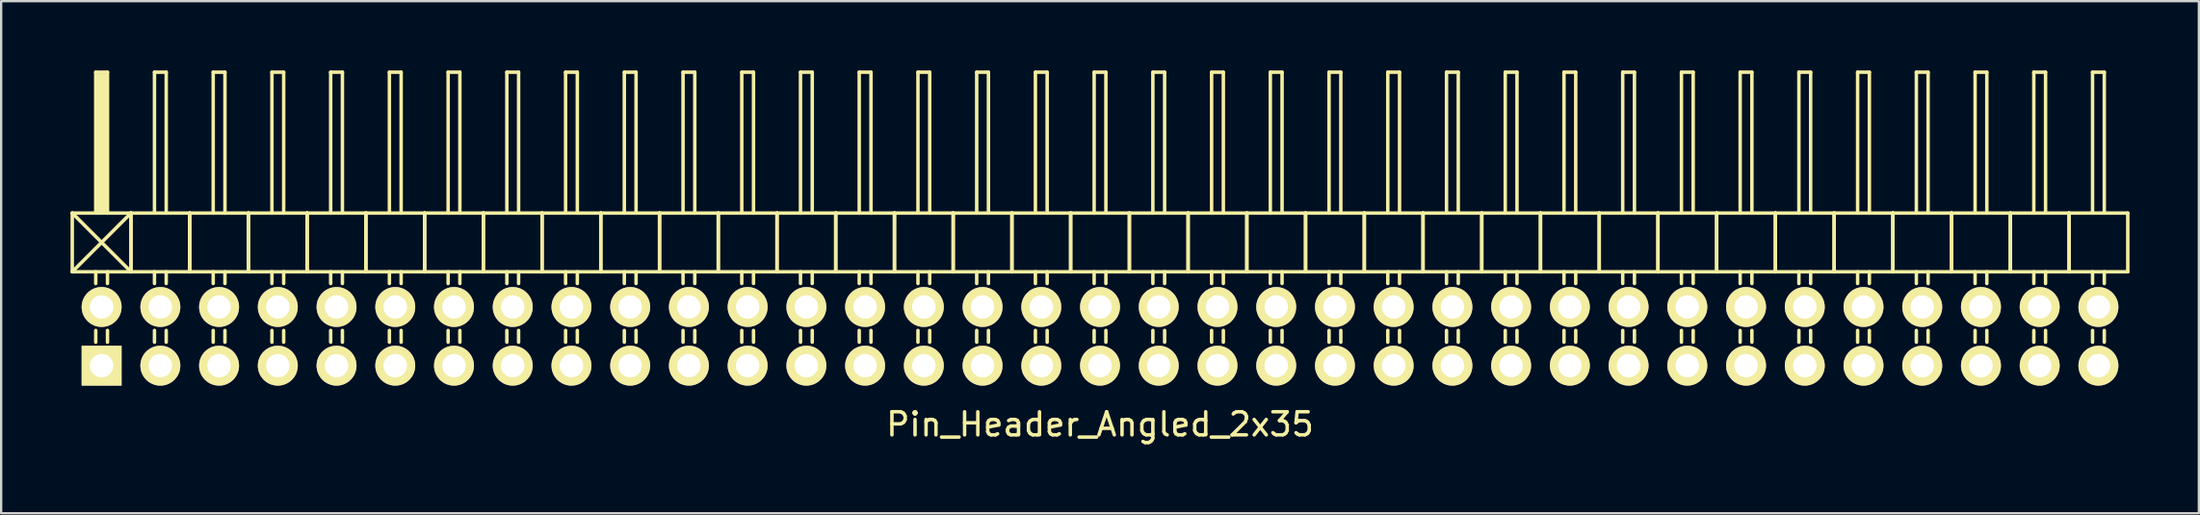
<source format=kicad_pcb>
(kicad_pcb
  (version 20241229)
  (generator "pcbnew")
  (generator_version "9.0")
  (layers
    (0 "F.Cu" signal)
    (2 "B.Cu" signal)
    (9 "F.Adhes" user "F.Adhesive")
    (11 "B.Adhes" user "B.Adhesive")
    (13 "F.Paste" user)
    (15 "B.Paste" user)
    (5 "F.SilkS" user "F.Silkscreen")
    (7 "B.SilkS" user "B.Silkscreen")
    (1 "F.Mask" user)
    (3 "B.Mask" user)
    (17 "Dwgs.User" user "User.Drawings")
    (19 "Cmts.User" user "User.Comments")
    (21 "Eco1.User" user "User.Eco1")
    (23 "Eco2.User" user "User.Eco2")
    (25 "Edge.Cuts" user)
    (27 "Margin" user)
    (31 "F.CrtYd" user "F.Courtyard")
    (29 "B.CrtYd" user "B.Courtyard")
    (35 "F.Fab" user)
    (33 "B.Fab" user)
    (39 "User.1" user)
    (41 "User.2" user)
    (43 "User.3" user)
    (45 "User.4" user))
  (footprint "Pin_Header_Angled_2x35"
    (layer "F.Cu")
    (at 44.525 11.505)
    (property "Reference" "Pin_Header_Angled_2x35" (at 0 3.81 0) (layer "F.SilkS") (effects (font (size 1 1) (thickness 0.15))))
    (attr through_hole)
    (fp_line (start -44.45 -5.334) (end -41.91 -2.794) (stroke (width 0.15) (type solid)) (layer "F.SilkS"))
    (fp_line (start -44.45 -2.794) (end -44.45 -5.334) (stroke (width 0.15) (type solid)) (layer "F.SilkS"))
    (fp_line (start -44.45 -2.794) (end -41.91 -5.334) (stroke (width 0.15) (type solid)) (layer "F.SilkS"))
    (fp_line (start -44.45 -2.794) (end -41.91 -2.794) (stroke (width 0.15) (type solid)) (layer "F.SilkS"))
    (fp_line (start -43.434 -11.43) (end -42.926 -11.43) (stroke (width 0.15) (type solid)) (layer "F.SilkS"))
    (fp_line (start -43.434 -5.334) (end -43.434 -11.43) (stroke (width 0.15) (type solid)) (layer "F.SilkS"))
    (fp_line (start -43.434 -2.794) (end -43.434 -2.286) (stroke (width 0.15) (type solid)) (layer "F.SilkS"))
    (fp_line (start -43.434 -0.254) (end -43.434 0.254) (stroke (width 0.15) (type solid)) (layer "F.SilkS"))
    (fp_line (start -43.307 -11.303) (end -43.053 -11.303) (stroke (width 0.15) (type solid)) (layer "F.SilkS"))
    (fp_line (start -43.307 -5.334) (end -43.307 -11.303) (stroke (width 0.15) (type solid)) (layer "F.SilkS"))
    (fp_line (start -43.18 -5.461) (end -43.18 -11.303) (stroke (width 0.15) (type solid)) (layer "F.SilkS"))
    (fp_line (start -43.053 -11.303) (end -43.053 -5.461) (stroke (width 0.15) (type solid)) (layer "F.SilkS"))
    (fp_line (start -43.053 -5.461) (end -43.18 -5.461) (stroke (width 0.15) (type solid)) (layer "F.SilkS"))
    (fp_line (start -42.926 -11.43) (end -42.926 -5.334) (stroke (width 0.15) (type solid)) (layer "F.SilkS"))
    (fp_line (start -42.926 -2.794) (end -42.926 -2.286) (stroke (width 0.15) (type solid)) (layer "F.SilkS"))
    (fp_line (start -42.926 -0.254) (end -42.926 0.254) (stroke (width 0.15) (type solid)) (layer "F.SilkS"))
    (fp_line (start -41.91 -5.334) (end -44.45 -5.334) (stroke (width 0.15) (type solid)) (layer "F.SilkS"))
    (fp_line (start -41.91 -2.794) (end -41.91 -5.334) (stroke (width 0.15) (type solid)) (layer "F.SilkS"))
    (fp_line (start -41.91 -2.794) (end -41.91 -5.334) (stroke (width 0.15) (type solid)) (layer "F.SilkS"))
    (fp_line (start -41.91 -2.794) (end -39.37 -2.794) (stroke (width 0.15) (type solid)) (layer "F.SilkS"))
    (fp_line (start -40.894 -11.43) (end -40.386 -11.43) (stroke (width 0.15) (type solid)) (layer "F.SilkS"))
    (fp_line (start -40.894 -5.334) (end -40.894 -11.43) (stroke (width 0.15) (type solid)) (layer "F.SilkS"))
    (fp_line (start -40.894 -2.794) (end -40.894 -2.286) (stroke (width 0.15) (type solid)) (layer "F.SilkS"))
    (fp_line (start -40.894 -0.254) (end -40.894 0.254) (stroke (width 0.15) (type solid)) (layer "F.SilkS"))
    (fp_line (start -40.386 -11.43) (end -40.386 -5.334) (stroke (width 0.15) (type solid)) (layer "F.SilkS"))
    (fp_line (start -40.386 -2.794) (end -40.386 -2.286) (stroke (width 0.15) (type solid)) (layer "F.SilkS"))
    (fp_line (start -40.386 -0.254) (end -40.386 0.254) (stroke (width 0.15) (type solid)) (layer "F.SilkS"))
    (fp_line (start -39.37 -5.334) (end -41.91 -5.334) (stroke (width 0.15) (type solid)) (layer "F.SilkS"))
    (fp_line (start -39.37 -2.794) (end -39.37 -5.334) (stroke (width 0.15) (type solid)) (layer "F.SilkS"))
    (fp_line (start -39.37 -2.794) (end -39.37 -5.334) (stroke (width 0.15) (type solid)) (layer "F.SilkS"))
    (fp_line (start -39.37 -2.794) (end -36.83 -2.794) (stroke (width 0.15) (type solid)) (layer "F.SilkS"))
    (fp_line (start -38.354 -11.43) (end -37.846 -11.43) (stroke (width 0.15) (type solid)) (layer "F.SilkS"))
    (fp_line (start -38.354 -5.334) (end -38.354 -11.43) (stroke (width 0.15) (type solid)) (layer "F.SilkS"))
    (fp_line (start -38.354 -2.794) (end -38.354 -2.286) (stroke (width 0.15) (type solid)) (layer "F.SilkS"))
    (fp_line (start -38.354 -0.254) (end -38.354 0.254) (stroke (width 0.15) (type solid)) (layer "F.SilkS"))
    (fp_line (start -37.846 -11.43) (end -37.846 -5.334) (stroke (width 0.15) (type solid)) (layer "F.SilkS"))
    (fp_line (start -37.846 -2.794) (end -37.846 -2.286) (stroke (width 0.15) (type solid)) (layer "F.SilkS"))
    (fp_line (start -37.846 -0.254) (end -37.846 0.254) (stroke (width 0.15) (type solid)) (layer "F.SilkS"))
    (fp_line (start -36.83 -5.334) (end -39.37 -5.334) (stroke (width 0.15) (type solid)) (layer "F.SilkS"))
    (fp_line (start -36.83 -2.794) (end -36.83 -5.334) (stroke (width 0.15) (type solid)) (layer "F.SilkS"))
    (fp_line (start -36.83 -2.794) (end -36.83 -5.334) (stroke (width 0.15) (type solid)) (layer "F.SilkS"))
    (fp_line (start -36.83 -2.794) (end -34.29 -2.794) (stroke (width 0.15) (type solid)) (layer "F.SilkS"))
    (fp_line (start -35.814 -11.43) (end -35.306 -11.43) (stroke (width 0.15) (type solid)) (layer "F.SilkS"))
    (fp_line (start -35.814 -5.334) (end -35.814 -11.43) (stroke (width 0.15) (type solid)) (layer "F.SilkS"))
    (fp_line (start -35.814 -2.794) (end -35.814 -2.286) (stroke (width 0.15) (type solid)) (layer "F.SilkS"))
    (fp_line (start -35.814 -0.254) (end -35.814 0.254) (stroke (width 0.15) (type solid)) (layer "F.SilkS"))
    (fp_line (start -35.306 -11.43) (end -35.306 -5.334) (stroke (width 0.15) (type solid)) (layer "F.SilkS"))
    (fp_line (start -35.306 -2.794) (end -35.306 -2.286) (stroke (width 0.15) (type solid)) (layer "F.SilkS"))
    (fp_line (start -35.306 -0.254) (end -35.306 0.254) (stroke (width 0.15) (type solid)) (layer "F.SilkS"))
    (fp_line (start -34.29 -5.334) (end -36.83 -5.334) (stroke (width 0.15) (type solid)) (layer "F.SilkS"))
    (fp_line (start -34.29 -2.794) (end -34.29 -5.334) (stroke (width 0.15) (type solid)) (layer "F.SilkS"))
    (fp_line (start -34.29 -2.794) (end -34.29 -5.334) (stroke (width 0.15) (type solid)) (layer "F.SilkS"))
    (fp_line (start -34.29 -2.794) (end -31.75 -2.794) (stroke (width 0.15) (type solid)) (layer "F.SilkS"))
    (fp_line (start -33.274 -11.43) (end -32.766 -11.43) (stroke (width 0.15) (type solid)) (layer "F.SilkS"))
    (fp_line (start -33.274 -5.334) (end -33.274 -11.43) (stroke (width 0.15) (type solid)) (layer "F.SilkS"))
    (fp_line (start -33.274 -2.794) (end -33.274 -2.286) (stroke (width 0.15) (type solid)) (layer "F.SilkS"))
    (fp_line (start -33.274 -0.254) (end -33.274 0.254) (stroke (width 0.15) (type solid)) (layer "F.SilkS"))
    (fp_line (start -32.766 -11.43) (end -32.766 -5.334) (stroke (width 0.15) (type solid)) (layer "F.SilkS"))
    (fp_line (start -32.766 -2.794) (end -32.766 -2.286) (stroke (width 0.15) (type solid)) (layer "F.SilkS"))
    (fp_line (start -32.766 -0.254) (end -32.766 0.254) (stroke (width 0.15) (type solid)) (layer "F.SilkS"))
    (fp_line (start -31.75 -5.334) (end -34.29 -5.334) (stroke (width 0.15) (type solid)) (layer "F.SilkS"))
    (fp_line (start -31.75 -2.794) (end -31.75 -5.334) (stroke (width 0.15) (type solid)) (layer "F.SilkS"))
    (fp_line (start -31.75 -2.794) (end -31.75 -5.334) (stroke (width 0.15) (type solid)) (layer "F.SilkS"))
    (fp_line (start -31.75 -2.794) (end -29.21 -2.794) (stroke (width 0.15) (type solid)) (layer "F.SilkS"))
    (fp_line (start -30.734 -11.43) (end -30.226 -11.43) (stroke (width 0.15) (type solid)) (layer "F.SilkS"))
    (fp_line (start -30.734 -5.334) (end -30.734 -11.43) (stroke (width 0.15) (type solid)) (layer "F.SilkS"))
    (fp_line (start -30.734 -2.794) (end -30.734 -2.286) (stroke (width 0.15) (type solid)) (layer "F.SilkS"))
    (fp_line (start -30.734 -0.254) (end -30.734 0.254) (stroke (width 0.15) (type solid)) (layer "F.SilkS"))
    (fp_line (start -30.226 -11.43) (end -30.226 -5.334) (stroke (width 0.15) (type solid)) (layer "F.SilkS"))
    (fp_line (start -30.226 -2.794) (end -30.226 -2.286) (stroke (width 0.15) (type solid)) (layer "F.SilkS"))
    (fp_line (start -30.226 -0.254) (end -30.226 0.254) (stroke (width 0.15) (type solid)) (layer "F.SilkS"))
    (fp_line (start -29.21 -5.334) (end -31.75 -5.334) (stroke (width 0.15) (type solid)) (layer "F.SilkS"))
    (fp_line (start -29.21 -2.794) (end -29.21 -5.334) (stroke (width 0.15) (type solid)) (layer "F.SilkS"))
    (fp_line (start -29.21 -2.794) (end -29.21 -5.334) (stroke (width 0.15) (type solid)) (layer "F.SilkS"))
    (fp_line (start -29.21 -2.794) (end -26.67 -2.794) (stroke (width 0.15) (type solid)) (layer "F.SilkS"))
    (fp_line (start -28.194 -11.43) (end -27.686 -11.43) (stroke (width 0.15) (type solid)) (layer "F.SilkS"))
    (fp_line (start -28.194 -5.334) (end -28.194 -11.43) (stroke (width 0.15) (type solid)) (layer "F.SilkS"))
    (fp_line (start -28.194 -2.794) (end -28.194 -2.286) (stroke (width 0.15) (type solid)) (layer "F.SilkS"))
    (fp_line (start -28.194 -0.254) (end -28.194 0.254) (stroke (width 0.15) (type solid)) (layer "F.SilkS"))
    (fp_line (start -27.686 -11.43) (end -27.686 -5.334) (stroke (width 0.15) (type solid)) (layer "F.SilkS"))
    (fp_line (start -27.686 -2.794) (end -27.686 -2.286) (stroke (width 0.15) (type solid)) (layer "F.SilkS"))
    (fp_line (start -27.686 -0.254) (end -27.686 0.254) (stroke (width 0.15) (type solid)) (layer "F.SilkS"))
    (fp_line (start -26.67 -5.334) (end -29.21 -5.334) (stroke (width 0.15) (type solid)) (layer "F.SilkS"))
    (fp_line (start -26.67 -2.794) (end -26.67 -5.334) (stroke (width 0.15) (type solid)) (layer "F.SilkS"))
    (fp_line (start -26.67 -2.794) (end -26.67 -5.334) (stroke (width 0.15) (type solid)) (layer "F.SilkS"))
    (fp_line (start -26.67 -2.794) (end -24.13 -2.794) (stroke (width 0.15) (type solid)) (layer "F.SilkS"))
    (fp_line (start -25.654 -11.43) (end -25.146 -11.43) (stroke (width 0.15) (type solid)) (layer "F.SilkS"))
    (fp_line (start -25.654 -5.334) (end -25.654 -11.43) (stroke (width 0.15) (type solid)) (layer "F.SilkS"))
    (fp_line (start -25.654 -2.794) (end -25.654 -2.286) (stroke (width 0.15) (type solid)) (layer "F.SilkS"))
    (fp_line (start -25.654 -0.254) (end -25.654 0.254) (stroke (width 0.15) (type solid)) (layer "F.SilkS"))
    (fp_line (start -25.146 -11.43) (end -25.146 -5.334) (stroke (width 0.15) (type solid)) (layer "F.SilkS"))
    (fp_line (start -25.146 -2.794) (end -25.146 -2.286) (stroke (width 0.15) (type solid)) (layer "F.SilkS"))
    (fp_line (start -25.146 -0.254) (end -25.146 0.254) (stroke (width 0.15) (type solid)) (layer "F.SilkS"))
    (fp_line (start -24.13 -5.334) (end -26.67 -5.334) (stroke (width 0.15) (type solid)) (layer "F.SilkS"))
    (fp_line (start -24.13 -2.794) (end -24.13 -5.334) (stroke (width 0.15) (type solid)) (layer "F.SilkS"))
    (fp_line (start -24.13 -2.794) (end -24.13 -5.334) (stroke (width 0.15) (type solid)) (layer "F.SilkS"))
    (fp_line (start -24.13 -2.794) (end -21.59 -2.794) (stroke (width 0.15) (type solid)) (layer "F.SilkS"))
    (fp_line (start -23.114 -11.43) (end -22.606 -11.43) (stroke (width 0.15) (type solid)) (layer "F.SilkS"))
    (fp_line (start -23.114 -5.334) (end -23.114 -11.43) (stroke (width 0.15) (type solid)) (layer "F.SilkS"))
    (fp_line (start -23.114 -2.794) (end -23.114 -2.286) (stroke (width 0.15) (type solid)) (layer "F.SilkS"))
    (fp_line (start -23.114 -0.254) (end -23.114 0.254) (stroke (width 0.15) (type solid)) (layer "F.SilkS"))
    (fp_line (start -22.606 -11.43) (end -22.606 -5.334) (stroke (width 0.15) (type solid)) (layer "F.SilkS"))
    (fp_line (start -22.606 -2.794) (end -22.606 -2.286) (stroke (width 0.15) (type solid)) (layer "F.SilkS"))
    (fp_line (start -22.606 -0.254) (end -22.606 0.254) (stroke (width 0.15) (type solid)) (layer "F.SilkS"))
    (fp_line (start -21.59 -5.334) (end -24.13 -5.334) (stroke (width 0.15) (type solid)) (layer "F.SilkS"))
    (fp_line (start -21.59 -2.794) (end -21.59 -5.334) (stroke (width 0.15) (type solid)) (layer "F.SilkS"))
    (fp_line (start -21.59 -2.794) (end -21.59 -5.334) (stroke (width 0.15) (type solid)) (layer "F.SilkS"))
    (fp_line (start -21.59 -2.794) (end -19.05 -2.794) (stroke (width 0.15) (type solid)) (layer "F.SilkS"))
    (fp_line (start -20.574 -11.43) (end -20.066 -11.43) (stroke (width 0.15) (type solid)) (layer "F.SilkS"))
    (fp_line (start -20.574 -5.334) (end -20.574 -11.43) (stroke (width 0.15) (type solid)) (layer "F.SilkS"))
    (fp_line (start -20.574 -2.794) (end -20.574 -2.286) (stroke (width 0.15) (type solid)) (layer "F.SilkS"))
    (fp_line (start -20.574 -0.254) (end -20.574 0.254) (stroke (width 0.15) (type solid)) (layer "F.SilkS"))
    (fp_line (start -20.066 -11.43) (end -20.066 -5.334) (stroke (width 0.15) (type solid)) (layer "F.SilkS"))
    (fp_line (start -20.066 -2.794) (end -20.066 -2.286) (stroke (width 0.15) (type solid)) (layer "F.SilkS"))
    (fp_line (start -20.066 -0.254) (end -20.066 0.254) (stroke (width 0.15) (type solid)) (layer "F.SilkS"))
    (fp_line (start -19.05 -5.334) (end -21.59 -5.334) (stroke (width 0.15) (type solid)) (layer "F.SilkS"))
    (fp_line (start -19.05 -2.794) (end -19.05 -5.334) (stroke (width 0.15) (type solid)) (layer "F.SilkS"))
    (fp_line (start -19.05 -2.794) (end -19.05 -5.334) (stroke (width 0.15) (type solid)) (layer "F.SilkS"))
    (fp_line (start -19.05 -2.794) (end -16.51 -2.794) (stroke (width 0.15) (type solid)) (layer "F.SilkS"))
    (fp_line (start -18.034 -11.43) (end -17.526 -11.43) (stroke (width 0.15) (type solid)) (layer "F.SilkS"))
    (fp_line (start -18.034 -5.334) (end -18.034 -11.43) (stroke (width 0.15) (type solid)) (layer "F.SilkS"))
    (fp_line (start -18.034 -2.794) (end -18.034 -2.286) (stroke (width 0.15) (type solid)) (layer "F.SilkS"))
    (fp_line (start -18.034 -0.254) (end -18.034 0.254) (stroke (width 0.15) (type solid)) (layer "F.SilkS"))
    (fp_line (start -17.526 -11.43) (end -17.526 -5.334) (stroke (width 0.15) (type solid)) (layer "F.SilkS"))
    (fp_line (start -17.526 -2.794) (end -17.526 -2.286) (stroke (width 0.15) (type solid)) (layer "F.SilkS"))
    (fp_line (start -17.526 -0.254) (end -17.526 0.254) (stroke (width 0.15) (type solid)) (layer "F.SilkS"))
    (fp_line (start -16.51 -5.334) (end -19.05 -5.334) (stroke (width 0.15) (type solid)) (layer "F.SilkS"))
    (fp_line (start -16.51 -2.794) (end -16.51 -5.334) (stroke (width 0.15) (type solid)) (layer "F.SilkS"))
    (fp_line (start -16.51 -2.794) (end -16.51 -5.334) (stroke (width 0.15) (type solid)) (layer "F.SilkS"))
    (fp_line (start -16.51 -2.794) (end -13.97 -2.794) (stroke (width 0.15) (type solid)) (layer "F.SilkS"))
    (fp_line (start -15.494 -11.43) (end -14.986 -11.43) (stroke (width 0.15) (type solid)) (layer "F.SilkS"))
    (fp_line (start -15.494 -5.334) (end -15.494 -11.43) (stroke (width 0.15) (type solid)) (layer "F.SilkS"))
    (fp_line (start -15.494 -2.794) (end -15.494 -2.286) (stroke (width 0.15) (type solid)) (layer "F.SilkS"))
    (fp_line (start -15.494 -0.254) (end -15.494 0.254) (stroke (width 0.15) (type solid)) (layer "F.SilkS"))
    (fp_line (start -14.986 -11.43) (end -14.986 -5.334) (stroke (width 0.15) (type solid)) (layer "F.SilkS"))
    (fp_line (start -14.986 -2.794) (end -14.986 -2.286) (stroke (width 0.15) (type solid)) (layer "F.SilkS"))
    (fp_line (start -14.986 -0.254) (end -14.986 0.254) (stroke (width 0.15) (type solid)) (layer "F.SilkS"))
    (fp_line (start -13.97 -5.334) (end -16.51 -5.334) (stroke (width 0.15) (type solid)) (layer "F.SilkS"))
    (fp_line (start -13.97 -2.794) (end -13.97 -5.334) (stroke (width 0.15) (type solid)) (layer "F.SilkS"))
    (fp_line (start -13.97 -2.794) (end -13.97 -5.334) (stroke (width 0.15) (type solid)) (layer "F.SilkS"))
    (fp_line (start -13.97 -2.794) (end -11.43 -2.794) (stroke (width 0.15) (type solid)) (layer "F.SilkS"))
    (fp_line (start -12.954 -11.43) (end -12.446 -11.43) (stroke (width 0.15) (type solid)) (layer "F.SilkS"))
    (fp_line (start -12.954 -5.334) (end -12.954 -11.43) (stroke (width 0.15) (type solid)) (layer "F.SilkS"))
    (fp_line (start -12.954 -2.794) (end -12.954 -2.286) (stroke (width 0.15) (type solid)) (layer "F.SilkS"))
    (fp_line (start -12.954 -0.254) (end -12.954 0.254) (stroke (width 0.15) (type solid)) (layer "F.SilkS"))
    (fp_line (start -12.446 -11.43) (end -12.446 -5.334) (stroke (width 0.15) (type solid)) (layer "F.SilkS"))
    (fp_line (start -12.446 -2.794) (end -12.446 -2.286) (stroke (width 0.15) (type solid)) (layer "F.SilkS"))
    (fp_line (start -12.446 -0.254) (end -12.446 0.254) (stroke (width 0.15) (type solid)) (layer "F.SilkS"))
    (fp_line (start -11.43 -5.334) (end -13.97 -5.334) (stroke (width 0.15) (type solid)) (layer "F.SilkS"))
    (fp_line (start -11.43 -2.794) (end -11.43 -5.334) (stroke (width 0.15) (type solid)) (layer "F.SilkS"))
    (fp_line (start -11.43 -2.794) (end -11.43 -5.334) (stroke (width 0.15) (type solid)) (layer "F.SilkS"))
    (fp_line (start -11.43 -2.794) (end -8.89 -2.794) (stroke (width 0.15) (type solid)) (layer "F.SilkS"))
    (fp_line (start -10.414 -11.43) (end -9.906 -11.43) (stroke (width 0.15) (type solid)) (layer "F.SilkS"))
    (fp_line (start -10.414 -5.334) (end -10.414 -11.43) (stroke (width 0.15) (type solid)) (layer "F.SilkS"))
    (fp_line (start -10.414 -2.794) (end -10.414 -2.286) (stroke (width 0.15) (type solid)) (layer "F.SilkS"))
    (fp_line (start -10.414 -0.254) (end -10.414 0.254) (stroke (width 0.15) (type solid)) (layer "F.SilkS"))
    (fp_line (start -9.906 -11.43) (end -9.906 -5.334) (stroke (width 0.15) (type solid)) (layer "F.SilkS"))
    (fp_line (start -9.906 -2.794) (end -9.906 -2.286) (stroke (width 0.15) (type solid)) (layer "F.SilkS"))
    (fp_line (start -9.906 -0.254) (end -9.906 0.254) (stroke (width 0.15) (type solid)) (layer "F.SilkS"))
    (fp_line (start -8.89 -5.334) (end -11.43 -5.334) (stroke (width 0.15) (type solid)) (layer "F.SilkS"))
    (fp_line (start -8.89 -2.794) (end -8.89 -5.334) (stroke (width 0.15) (type solid)) (layer "F.SilkS"))
    (fp_line (start -8.89 -2.794) (end -8.89 -5.334) (stroke (width 0.15) (type solid)) (layer "F.SilkS"))
    (fp_line (start -8.89 -2.794) (end -6.35 -2.794) (stroke (width 0.15) (type solid)) (layer "F.SilkS"))
    (fp_line (start -7.874 -11.43) (end -7.366 -11.43) (stroke (width 0.15) (type solid)) (layer "F.SilkS"))
    (fp_line (start -7.874 -5.334) (end -7.874 -11.43) (stroke (width 0.15) (type solid)) (layer "F.SilkS"))
    (fp_line (start -7.874 -2.794) (end -7.874 -2.286) (stroke (width 0.15) (type solid)) (layer "F.SilkS"))
    (fp_line (start -7.874 -0.254) (end -7.874 0.254) (stroke (width 0.15) (type solid)) (layer "F.SilkS"))
    (fp_line (start -7.366 -11.43) (end -7.366 -5.334) (stroke (width 0.15) (type solid)) (layer "F.SilkS"))
    (fp_line (start -7.366 -2.794) (end -7.366 -2.286) (stroke (width 0.15) (type solid)) (layer "F.SilkS"))
    (fp_line (start -7.366 -0.254) (end -7.366 0.254) (stroke (width 0.15) (type solid)) (layer "F.SilkS"))
    (fp_line (start -6.35 -5.334) (end -8.89 -5.334) (stroke (width 0.15) (type solid)) (layer "F.SilkS"))
    (fp_line (start -6.35 -2.794) (end -6.35 -5.334) (stroke (width 0.15) (type solid)) (layer "F.SilkS"))
    (fp_line (start -6.35 -2.794) (end -6.35 -5.334) (stroke (width 0.15) (type solid)) (layer "F.SilkS"))
    (fp_line (start -6.35 -2.794) (end -3.81 -2.794) (stroke (width 0.15) (type solid)) (layer "F.SilkS"))
    (fp_line (start -5.334 -11.43) (end -4.826 -11.43) (stroke (width 0.15) (type solid)) (layer "F.SilkS"))
    (fp_line (start -5.334 -5.334) (end -5.334 -11.43) (stroke (width 0.15) (type solid)) (layer "F.SilkS"))
    (fp_line (start -5.334 -2.794) (end -5.334 -2.286) (stroke (width 0.15) (type solid)) (layer "F.SilkS"))
    (fp_line (start -5.334 -0.254) (end -5.334 0.254) (stroke (width 0.15) (type solid)) (layer "F.SilkS"))
    (fp_line (start -4.826 -11.43) (end -4.826 -5.334) (stroke (width 0.15) (type solid)) (layer "F.SilkS"))
    (fp_line (start -4.826 -2.794) (end -4.826 -2.286) (stroke (width 0.15) (type solid)) (layer "F.SilkS"))
    (fp_line (start -4.826 -0.254) (end -4.826 0.254) (stroke (width 0.15) (type solid)) (layer "F.SilkS"))
    (fp_line (start -3.81 -5.334) (end -6.35 -5.334) (stroke (width 0.15) (type solid)) (layer "F.SilkS"))
    (fp_line (start -3.81 -2.794) (end -3.81 -5.334) (stroke (width 0.15) (type solid)) (layer "F.SilkS"))
    (fp_line (start -3.81 -2.794) (end -3.81 -5.334) (stroke (width 0.15) (type solid)) (layer "F.SilkS"))
    (fp_line (start -3.81 -2.794) (end -1.27 -2.794) (stroke (width 0.15) (type solid)) (layer "F.SilkS"))
    (fp_line (start -2.794 -11.43) (end -2.286 -11.43) (stroke (width 0.15) (type solid)) (layer "F.SilkS"))
    (fp_line (start -2.794 -5.334) (end -2.794 -11.43) (stroke (width 0.15) (type solid)) (layer "F.SilkS"))
    (fp_line (start -2.794 -2.794) (end -2.794 -2.286) (stroke (width 0.15) (type solid)) (layer "F.SilkS"))
    (fp_line (start -2.794 -0.254) (end -2.794 0.254) (stroke (width 0.15) (type solid)) (layer "F.SilkS"))
    (fp_line (start -2.286 -11.43) (end -2.286 -5.334) (stroke (width 0.15) (type solid)) (layer "F.SilkS"))
    (fp_line (start -2.286 -2.794) (end -2.286 -2.286) (stroke (width 0.15) (type solid)) (layer "F.SilkS"))
    (fp_line (start -2.286 -0.254) (end -2.286 0.254) (stroke (width 0.15) (type solid)) (layer "F.SilkS"))
    (fp_line (start -1.27 -5.334) (end -3.81 -5.334) (stroke (width 0.15) (type solid)) (layer "F.SilkS"))
    (fp_line (start -1.27 -2.794) (end -1.27 -5.334) (stroke (width 0.15) (type solid)) (layer "F.SilkS"))
    (fp_line (start -1.27 -2.794) (end -1.27 -5.334) (stroke (width 0.15) (type solid)) (layer "F.SilkS"))
    (fp_line (start -1.27 -2.794) (end 1.27 -2.794) (stroke (width 0.15) (type solid)) (layer "F.SilkS"))
    (fp_line (start -0.254 -11.43) (end 0.254 -11.43) (stroke (width 0.15) (type solid)) (layer "F.SilkS"))
    (fp_line (start -0.254 -5.334) (end -0.254 -11.43) (stroke (width 0.15) (type solid)) (layer "F.SilkS"))
    (fp_line (start -0.254 -2.794) (end -0.254 -2.286) (stroke (width 0.15) (type solid)) (layer "F.SilkS"))
    (fp_line (start -0.254 -0.254) (end -0.254 0.254) (stroke (width 0.15) (type solid)) (layer "F.SilkS"))
    (fp_line (start 0.254 -11.43) (end 0.254 -5.334) (stroke (width 0.15) (type solid)) (layer "F.SilkS"))
    (fp_line (start 0.254 -2.794) (end 0.254 -2.286) (stroke (width 0.15) (type solid)) (layer "F.SilkS"))
    (fp_line (start 0.254 -0.254) (end 0.254 0.254) (stroke (width 0.15) (type solid)) (layer "F.SilkS"))
    (fp_line (start 1.27 -5.334) (end -1.27 -5.334) (stroke (width 0.15) (type solid)) (layer "F.SilkS"))
    (fp_line (start 1.27 -2.794) (end 1.27 -5.334) (stroke (width 0.15) (type solid)) (layer "F.SilkS"))
    (fp_line (start 1.27 -2.794) (end 1.27 -5.334) (stroke (width 0.15) (type solid)) (layer "F.SilkS"))
    (fp_line (start 1.27 -2.794) (end 3.81 -2.794) (stroke (width 0.15) (type solid)) (layer "F.SilkS"))
    (fp_line (start 2.286 -11.43) (end 2.794 -11.43) (stroke (width 0.15) (type solid)) (layer "F.SilkS"))
    (fp_line (start 2.286 -5.334) (end 2.286 -11.43) (stroke (width 0.15) (type solid)) (layer "F.SilkS"))
    (fp_line (start 2.286 -2.794) (end 2.286 -2.286) (stroke (width 0.15) (type solid)) (layer "F.SilkS"))
    (fp_line (start 2.286 -0.254) (end 2.286 0.254) (stroke (width 0.15) (type solid)) (layer "F.SilkS"))
    (fp_line (start 2.794 -11.43) (end 2.794 -5.334) (stroke (width 0.15) (type solid)) (layer "F.SilkS"))
    (fp_line (start 2.794 -2.794) (end 2.794 -2.286) (stroke (width 0.15) (type solid)) (layer "F.SilkS"))
    (fp_line (start 2.794 -0.254) (end 2.794 0.254) (stroke (width 0.15) (type solid)) (layer "F.SilkS"))
    (fp_line (start 3.81 -5.334) (end 1.27 -5.334) (stroke (width 0.15) (type solid)) (layer "F.SilkS"))
    (fp_line (start 3.81 -2.794) (end 3.81 -5.334) (stroke (width 0.15) (type solid)) (layer "F.SilkS"))
    (fp_line (start 3.81 -2.794) (end 3.81 -5.334) (stroke (width 0.15) (type solid)) (layer "F.SilkS"))
    (fp_line (start 3.81 -2.794) (end 6.35 -2.794) (stroke (width 0.15) (type solid)) (layer "F.SilkS"))
    (fp_line (start 4.826 -11.43) (end 5.334 -11.43) (stroke (width 0.15) (type solid)) (layer "F.SilkS"))
    (fp_line (start 4.826 -5.334) (end 4.826 -11.43) (stroke (width 0.15) (type solid)) (layer "F.SilkS"))
    (fp_line (start 4.826 -2.794) (end 4.826 -2.286) (stroke (width 0.15) (type solid)) (layer "F.SilkS"))
    (fp_line (start 4.826 -0.254) (end 4.826 0.254) (stroke (width 0.15) (type solid)) (layer "F.SilkS"))
    (fp_line (start 5.334 -11.43) (end 5.334 -5.334) (stroke (width 0.15) (type solid)) (layer "F.SilkS"))
    (fp_line (start 5.334 -2.794) (end 5.334 -2.286) (stroke (width 0.15) (type solid)) (layer "F.SilkS"))
    (fp_line (start 5.334 -0.254) (end 5.334 0.254) (stroke (width 0.15) (type solid)) (layer "F.SilkS"))
    (fp_line (start 6.35 -5.334) (end 3.81 -5.334) (stroke (width 0.15) (type solid)) (layer "F.SilkS"))
    (fp_line (start 6.35 -2.794) (end 6.35 -5.334) (stroke (width 0.15) (type solid)) (layer "F.SilkS"))
    (fp_line (start 6.35 -2.794) (end 6.35 -5.334) (stroke (width 0.15) (type solid)) (layer "F.SilkS"))
    (fp_line (start 6.35 -2.794) (end 8.89 -2.794) (stroke (width 0.15) (type solid)) (layer "F.SilkS"))
    (fp_line (start 7.366 -11.43) (end 7.874 -11.43) (stroke (width 0.15) (type solid)) (layer "F.SilkS"))
    (fp_line (start 7.366 -5.334) (end 7.366 -11.43) (stroke (width 0.15) (type solid)) (layer "F.SilkS"))
    (fp_line (start 7.366 -2.794) (end 7.366 -2.286) (stroke (width 0.15) (type solid)) (layer "F.SilkS"))
    (fp_line (start 7.366 -0.254) (end 7.366 0.254) (stroke (width 0.15) (type solid)) (layer "F.SilkS"))
    (fp_line (start 7.874 -11.43) (end 7.874 -5.334) (stroke (width 0.15) (type solid)) (layer "F.SilkS"))
    (fp_line (start 7.874 -2.794) (end 7.874 -2.286) (stroke (width 0.15) (type solid)) (layer "F.SilkS"))
    (fp_line (start 7.874 -0.254) (end 7.874 0.254) (stroke (width 0.15) (type solid)) (layer "F.SilkS"))
    (fp_line (start 8.89 -5.334) (end 6.35 -5.334) (stroke (width 0.15) (type solid)) (layer "F.SilkS"))
    (fp_line (start 8.89 -2.794) (end 8.89 -5.334) (stroke (width 0.15) (type solid)) (layer "F.SilkS"))
    (fp_line (start 8.89 -2.794) (end 8.89 -5.334) (stroke (width 0.15) (type solid)) (layer "F.SilkS"))
    (fp_line (start 8.89 -2.794) (end 11.43 -2.794) (stroke (width 0.15) (type solid)) (layer "F.SilkS"))
    (fp_line (start 9.906 -11.43) (end 10.414 -11.43) (stroke (width 0.15) (type solid)) (layer "F.SilkS"))
    (fp_line (start 9.906 -5.334) (end 9.906 -11.43) (stroke (width 0.15) (type solid)) (layer "F.SilkS"))
    (fp_line (start 9.906 -2.794) (end 9.906 -2.286) (stroke (width 0.15) (type solid)) (layer "F.SilkS"))
    (fp_line (start 9.906 -0.254) (end 9.906 0.254) (stroke (width 0.15) (type solid)) (layer "F.SilkS"))
    (fp_line (start 10.414 -11.43) (end 10.414 -5.334) (stroke (width 0.15) (type solid)) (layer "F.SilkS"))
    (fp_line (start 10.414 -2.794) (end 10.414 -2.286) (stroke (width 0.15) (type solid)) (layer "F.SilkS"))
    (fp_line (start 10.414 -0.254) (end 10.414 0.254) (stroke (width 0.15) (type solid)) (layer "F.SilkS"))
    (fp_line (start 11.43 -5.334) (end 8.89 -5.334) (stroke (width 0.15) (type solid)) (layer "F.SilkS"))
    (fp_line (start 11.43 -2.794) (end 11.43 -5.334) (stroke (width 0.15) (type solid)) (layer "F.SilkS"))
    (fp_line (start 11.43 -2.794) (end 11.43 -5.334) (stroke (width 0.15) (type solid)) (layer "F.SilkS"))
    (fp_line (start 11.43 -2.794) (end 13.97 -2.794) (stroke (width 0.15) (type solid)) (layer "F.SilkS"))
    (fp_line (start 12.446 -11.43) (end 12.954 -11.43) (stroke (width 0.15) (type solid)) (layer "F.SilkS"))
    (fp_line (start 12.446 -5.334) (end 12.446 -11.43) (stroke (width 0.15) (type solid)) (layer "F.SilkS"))
    (fp_line (start 12.446 -2.794) (end 12.446 -2.286) (stroke (width 0.15) (type solid)) (layer "F.SilkS"))
    (fp_line (start 12.446 -0.254) (end 12.446 0.254) (stroke (width 0.15) (type solid)) (layer "F.SilkS"))
    (fp_line (start 12.954 -11.43) (end 12.954 -5.334) (stroke (width 0.15) (type solid)) (layer "F.SilkS"))
    (fp_line (start 12.954 -2.794) (end 12.954 -2.286) (stroke (width 0.15) (type solid)) (layer "F.SilkS"))
    (fp_line (start 12.954 -0.254) (end 12.954 0.254) (stroke (width 0.15) (type solid)) (layer "F.SilkS"))
    (fp_line (start 13.97 -5.334) (end 11.43 -5.334) (stroke (width 0.15) (type solid)) (layer "F.SilkS"))
    (fp_line (start 13.97 -2.794) (end 13.97 -5.334) (stroke (width 0.15) (type solid)) (layer "F.SilkS"))
    (fp_line (start 13.97 -2.794) (end 13.97 -5.334) (stroke (width 0.15) (type solid)) (layer "F.SilkS"))
    (fp_line (start 13.97 -2.794) (end 16.51 -2.794) (stroke (width 0.15) (type solid)) (layer "F.SilkS"))
    (fp_line (start 14.986 -11.43) (end 15.494 -11.43) (stroke (width 0.15) (type solid)) (layer "F.SilkS"))
    (fp_line (start 14.986 -5.334) (end 14.986 -11.43) (stroke (width 0.15) (type solid)) (layer "F.SilkS"))
    (fp_line (start 14.986 -2.794) (end 14.986 -2.286) (stroke (width 0.15) (type solid)) (layer "F.SilkS"))
    (fp_line (start 14.986 -0.254) (end 14.986 0.254) (stroke (width 0.15) (type solid)) (layer "F.SilkS"))
    (fp_line (start 15.494 -11.43) (end 15.494 -5.334) (stroke (width 0.15) (type solid)) (layer "F.SilkS"))
    (fp_line (start 15.494 -2.794) (end 15.494 -2.286) (stroke (width 0.15) (type solid)) (layer "F.SilkS"))
    (fp_line (start 15.494 -0.254) (end 15.494 0.254) (stroke (width 0.15) (type solid)) (layer "F.SilkS"))
    (fp_line (start 16.51 -5.334) (end 13.97 -5.334) (stroke (width 0.15) (type solid)) (layer "F.SilkS"))
    (fp_line (start 16.51 -2.794) (end 16.51 -5.334) (stroke (width 0.15) (type solid)) (layer "F.SilkS"))
    (fp_line (start 16.51 -2.794) (end 16.51 -5.334) (stroke (width 0.15) (type solid)) (layer "F.SilkS"))
    (fp_line (start 16.51 -2.794) (end 19.05 -2.794) (stroke (width 0.15) (type solid)) (layer "F.SilkS"))
    (fp_line (start 17.526 -11.43) (end 18.034 -11.43) (stroke (width 0.15) (type solid)) (layer "F.SilkS"))
    (fp_line (start 17.526 -5.334) (end 17.526 -11.43) (stroke (width 0.15) (type solid)) (layer "F.SilkS"))
    (fp_line (start 17.526 -2.794) (end 17.526 -2.286) (stroke (width 0.15) (type solid)) (layer "F.SilkS"))
    (fp_line (start 17.526 -0.254) (end 17.526 0.254) (stroke (width 0.15) (type solid)) (layer "F.SilkS"))
    (fp_line (start 18.034 -11.43) (end 18.034 -5.334) (stroke (width 0.15) (type solid)) (layer "F.SilkS"))
    (fp_line (start 18.034 -2.794) (end 18.034 -2.286) (stroke (width 0.15) (type solid)) (layer "F.SilkS"))
    (fp_line (start 18.034 -0.254) (end 18.034 0.254) (stroke (width 0.15) (type solid)) (layer "F.SilkS"))
    (fp_line (start 19.05 -5.334) (end 16.51 -5.334) (stroke (width 0.15) (type solid)) (layer "F.SilkS"))
    (fp_line (start 19.05 -2.794) (end 19.05 -5.334) (stroke (width 0.15) (type solid)) (layer "F.SilkS"))
    (fp_line (start 19.05 -2.794) (end 19.05 -5.334) (stroke (width 0.15) (type solid)) (layer "F.SilkS"))
    (fp_line (start 19.05 -2.794) (end 21.59 -2.794) (stroke (width 0.15) (type solid)) (layer "F.SilkS"))
    (fp_line (start 20.066 -11.43) (end 20.574 -11.43) (stroke (width 0.15) (type solid)) (layer "F.SilkS"))
    (fp_line (start 20.066 -5.334) (end 20.066 -11.43) (stroke (width 0.15) (type solid)) (layer "F.SilkS"))
    (fp_line (start 20.066 -2.794) (end 20.066 -2.286) (stroke (width 0.15) (type solid)) (layer "F.SilkS"))
    (fp_line (start 20.066 -0.254) (end 20.066 0.254) (stroke (width 0.15) (type solid)) (layer "F.SilkS"))
    (fp_line (start 20.574 -11.43) (end 20.574 -5.334) (stroke (width 0.15) (type solid)) (layer "F.SilkS"))
    (fp_line (start 20.574 -2.794) (end 20.574 -2.286) (stroke (width 0.15) (type solid)) (layer "F.SilkS"))
    (fp_line (start 20.574 -0.254) (end 20.574 0.254) (stroke (width 0.15) (type solid)) (layer "F.SilkS"))
    (fp_line (start 21.59 -5.334) (end 19.05 -5.334) (stroke (width 0.15) (type solid)) (layer "F.SilkS"))
    (fp_line (start 21.59 -2.794) (end 21.59 -5.334) (stroke (width 0.15) (type solid)) (layer "F.SilkS"))
    (fp_line (start 21.59 -2.794) (end 21.59 -5.334) (stroke (width 0.15) (type solid)) (layer "F.SilkS"))
    (fp_line (start 21.59 -2.794) (end 24.13 -2.794) (stroke (width 0.15) (type solid)) (layer "F.SilkS"))
    (fp_line (start 22.606 -11.43) (end 23.114 -11.43) (stroke (width 0.15) (type solid)) (layer "F.SilkS"))
    (fp_line (start 22.606 -5.334) (end 22.606 -11.43) (stroke (width 0.15) (type solid)) (layer "F.SilkS"))
    (fp_line (start 22.606 -2.794) (end 22.606 -2.286) (stroke (width 0.15) (type solid)) (layer "F.SilkS"))
    (fp_line (start 22.606 -0.254) (end 22.606 0.254) (stroke (width 0.15) (type solid)) (layer "F.SilkS"))
    (fp_line (start 23.114 -11.43) (end 23.114 -5.334) (stroke (width 0.15) (type solid)) (layer "F.SilkS"))
    (fp_line (start 23.114 -2.794) (end 23.114 -2.286) (stroke (width 0.15) (type solid)) (layer "F.SilkS"))
    (fp_line (start 23.114 -0.254) (end 23.114 0.254) (stroke (width 0.15) (type solid)) (layer "F.SilkS"))
    (fp_line (start 24.13 -5.334) (end 21.59 -5.334) (stroke (width 0.15) (type solid)) (layer "F.SilkS"))
    (fp_line (start 24.13 -2.794) (end 24.13 -5.334) (stroke (width 0.15) (type solid)) (layer "F.SilkS"))
    (fp_line (start 24.13 -2.794) (end 24.13 -5.334) (stroke (width 0.15) (type solid)) (layer "F.SilkS"))
    (fp_line (start 24.13 -2.794) (end 26.67 -2.794) (stroke (width 0.15) (type solid)) (layer "F.SilkS"))
    (fp_line (start 25.146 -11.43) (end 25.654 -11.43) (stroke (width 0.15) (type solid)) (layer "F.SilkS"))
    (fp_line (start 25.146 -5.334) (end 25.146 -11.43) (stroke (width 0.15) (type solid)) (layer "F.SilkS"))
    (fp_line (start 25.146 -2.794) (end 25.146 -2.286) (stroke (width 0.15) (type solid)) (layer "F.SilkS"))
    (fp_line (start 25.146 -0.254) (end 25.146 0.254) (stroke (width 0.15) (type solid)) (layer "F.SilkS"))
    (fp_line (start 25.654 -11.43) (end 25.654 -5.334) (stroke (width 0.15) (type solid)) (layer "F.SilkS"))
    (fp_line (start 25.654 -2.794) (end 25.654 -2.286) (stroke (width 0.15) (type solid)) (layer "F.SilkS"))
    (fp_line (start 25.654 -0.254) (end 25.654 0.254) (stroke (width 0.15) (type solid)) (layer "F.SilkS"))
    (fp_line (start 26.67 -5.334) (end 24.13 -5.334) (stroke (width 0.15) (type solid)) (layer "F.SilkS"))
    (fp_line (start 26.67 -2.794) (end 26.67 -5.334) (stroke (width 0.15) (type solid)) (layer "F.SilkS"))
    (fp_line (start 26.67 -2.794) (end 26.67 -5.334) (stroke (width 0.15) (type solid)) (layer "F.SilkS"))
    (fp_line (start 26.67 -2.794) (end 29.21 -2.794) (stroke (width 0.15) (type solid)) (layer "F.SilkS"))
    (fp_line (start 27.686 -11.43) (end 28.194 -11.43) (stroke (width 0.15) (type solid)) (layer "F.SilkS"))
    (fp_line (start 27.686 -5.334) (end 27.686 -11.43) (stroke (width 0.15) (type solid)) (layer "F.SilkS"))
    (fp_line (start 27.686 -2.794) (end 27.686 -2.286) (stroke (width 0.15) (type solid)) (layer "F.SilkS"))
    (fp_line (start 27.686 -0.254) (end 27.686 0.254) (stroke (width 0.15) (type solid)) (layer "F.SilkS"))
    (fp_line (start 28.194 -11.43) (end 28.194 -5.334) (stroke (width 0.15) (type solid)) (layer "F.SilkS"))
    (fp_line (start 28.194 -2.794) (end 28.194 -2.286) (stroke (width 0.15) (type solid)) (layer "F.SilkS"))
    (fp_line (start 28.194 -0.254) (end 28.194 0.254) (stroke (width 0.15) (type solid)) (layer "F.SilkS"))
    (fp_line (start 29.21 -5.334) (end 26.67 -5.334) (stroke (width 0.15) (type solid)) (layer "F.SilkS"))
    (fp_line (start 29.21 -2.794) (end 29.21 -5.334) (stroke (width 0.15) (type solid)) (layer "F.SilkS"))
    (fp_line (start 29.21 -2.794) (end 29.21 -5.334) (stroke (width 0.15) (type solid)) (layer "F.SilkS"))
    (fp_line (start 29.21 -2.794) (end 31.75 -2.794) (stroke (width 0.15) (type solid)) (layer "F.SilkS"))
    (fp_line (start 30.226 -11.43) (end 30.734 -11.43) (stroke (width 0.15) (type solid)) (layer "F.SilkS"))
    (fp_line (start 30.226 -5.334) (end 30.226 -11.43) (stroke (width 0.15) (type solid)) (layer "F.SilkS"))
    (fp_line (start 30.226 -2.794) (end 30.226 -2.286) (stroke (width 0.15) (type solid)) (layer "F.SilkS"))
    (fp_line (start 30.226 -0.254) (end 30.226 0.254) (stroke (width 0.15) (type solid)) (layer "F.SilkS"))
    (fp_line (start 30.734 -11.43) (end 30.734 -5.334) (stroke (width 0.15) (type solid)) (layer "F.SilkS"))
    (fp_line (start 30.734 -2.794) (end 30.734 -2.286) (stroke (width 0.15) (type solid)) (layer "F.SilkS"))
    (fp_line (start 30.734 -0.254) (end 30.734 0.254) (stroke (width 0.15) (type solid)) (layer "F.SilkS"))
    (fp_line (start 31.75 -5.334) (end 29.21 -5.334) (stroke (width 0.15) (type solid)) (layer "F.SilkS"))
    (fp_line (start 31.75 -2.794) (end 31.75 -5.334) (stroke (width 0.15) (type solid)) (layer "F.SilkS"))
    (fp_line (start 31.75 -2.794) (end 31.75 -5.334) (stroke (width 0.15) (type solid)) (layer "F.SilkS"))
    (fp_line (start 31.75 -2.794) (end 34.29 -2.794) (stroke (width 0.15) (type solid)) (layer "F.SilkS"))
    (fp_line (start 32.766 -11.43) (end 33.274 -11.43) (stroke (width 0.15) (type solid)) (layer "F.SilkS"))
    (fp_line (start 32.766 -5.334) (end 32.766 -11.43) (stroke (width 0.15) (type solid)) (layer "F.SilkS"))
    (fp_line (start 32.766 -2.794) (end 32.766 -2.286) (stroke (width 0.15) (type solid)) (layer "F.SilkS"))
    (fp_line (start 32.766 -0.254) (end 32.766 0.254) (stroke (width 0.15) (type solid)) (layer "F.SilkS"))
    (fp_line (start 33.274 -11.43) (end 33.274 -5.334) (stroke (width 0.15) (type solid)) (layer "F.SilkS"))
    (fp_line (start 33.274 -2.794) (end 33.274 -2.286) (stroke (width 0.15) (type solid)) (layer "F.SilkS"))
    (fp_line (start 33.274 -0.254) (end 33.274 0.254) (stroke (width 0.15) (type solid)) (layer "F.SilkS"))
    (fp_line (start 34.29 -5.334) (end 31.75 -5.334) (stroke (width 0.15) (type solid)) (layer "F.SilkS"))
    (fp_line (start 34.29 -2.794) (end 34.29 -5.334) (stroke (width 0.15) (type solid)) (layer "F.SilkS"))
    (fp_line (start 34.29 -2.794) (end 34.29 -5.334) (stroke (width 0.15) (type solid)) (layer "F.SilkS"))
    (fp_line (start 34.29 -2.794) (end 36.83 -2.794) (stroke (width 0.15) (type solid)) (layer "F.SilkS"))
    (fp_line (start 35.306 -11.43) (end 35.814 -11.43) (stroke (width 0.15) (type solid)) (layer "F.SilkS"))
    (fp_line (start 35.306 -5.334) (end 35.306 -11.43) (stroke (width 0.15) (type solid)) (layer "F.SilkS"))
    (fp_line (start 35.306 -2.794) (end 35.306 -2.286) (stroke (width 0.15) (type solid)) (layer "F.SilkS"))
    (fp_line (start 35.306 -0.254) (end 35.306 0.254) (stroke (width 0.15) (type solid)) (layer "F.SilkS"))
    (fp_line (start 35.814 -11.43) (end 35.814 -5.334) (stroke (width 0.15) (type solid)) (layer "F.SilkS"))
    (fp_line (start 35.814 -2.794) (end 35.814 -2.286) (stroke (width 0.15) (type solid)) (layer "F.SilkS"))
    (fp_line (start 35.814 -0.254) (end 35.814 0.254) (stroke (width 0.15) (type solid)) (layer "F.SilkS"))
    (fp_line (start 36.83 -5.334) (end 34.29 -5.334) (stroke (width 0.15) (type solid)) (layer "F.SilkS"))
    (fp_line (start 36.83 -2.794) (end 36.83 -5.334) (stroke (width 0.15) (type solid)) (layer "F.SilkS"))
    (fp_line (start 36.83 -2.794) (end 36.83 -5.334) (stroke (width 0.15) (type solid)) (layer "F.SilkS"))
    (fp_line (start 36.83 -2.794) (end 39.37 -2.794) (stroke (width 0.15) (type solid)) (layer "F.SilkS"))
    (fp_line (start 37.846 -11.43) (end 38.354 -11.43) (stroke (width 0.15) (type solid)) (layer "F.SilkS"))
    (fp_line (start 37.846 -5.334) (end 37.846 -11.43) (stroke (width 0.15) (type solid)) (layer "F.SilkS"))
    (fp_line (start 37.846 -2.794) (end 37.846 -2.286) (stroke (width 0.15) (type solid)) (layer "F.SilkS"))
    (fp_line (start 37.846 -0.254) (end 37.846 0.254) (stroke (width 0.15) (type solid)) (layer "F.SilkS"))
    (fp_line (start 38.354 -11.43) (end 38.354 -5.334) (stroke (width 0.15) (type solid)) (layer "F.SilkS"))
    (fp_line (start 38.354 -2.794) (end 38.354 -2.286) (stroke (width 0.15) (type solid)) (layer "F.SilkS"))
    (fp_line (start 38.354 -0.254) (end 38.354 0.254) (stroke (width 0.15) (type solid)) (layer "F.SilkS"))
    (fp_line (start 39.37 -5.334) (end 36.83 -5.334) (stroke (width 0.15) (type solid)) (layer "F.SilkS"))
    (fp_line (start 39.37 -2.794) (end 39.37 -5.334) (stroke (width 0.15) (type solid)) (layer "F.SilkS"))
    (fp_line (start 39.37 -2.794) (end 39.37 -5.334) (stroke (width 0.15) (type solid)) (layer "F.SilkS"))
    (fp_line (start 39.37 -2.794) (end 41.91 -2.794) (stroke (width 0.15) (type solid)) (layer "F.SilkS"))
    (fp_line (start 40.386 -11.43) (end 40.894 -11.43) (stroke (width 0.15) (type solid)) (layer "F.SilkS"))
    (fp_line (start 40.386 -5.334) (end 40.386 -11.43) (stroke (width 0.15) (type solid)) (layer "F.SilkS"))
    (fp_line (start 40.386 -2.794) (end 40.386 -2.286) (stroke (width 0.15) (type solid)) (layer "F.SilkS"))
    (fp_line (start 40.386 -0.254) (end 40.386 0.254) (stroke (width 0.15) (type solid)) (layer "F.SilkS"))
    (fp_line (start 40.894 -11.43) (end 40.894 -5.334) (stroke (width 0.15) (type solid)) (layer "F.SilkS"))
    (fp_line (start 40.894 -2.794) (end 40.894 -2.286) (stroke (width 0.15) (type solid)) (layer "F.SilkS"))
    (fp_line (start 40.894 -0.254) (end 40.894 0.254) (stroke (width 0.15) (type solid)) (layer "F.SilkS"))
    (fp_line (start 41.91 -5.334) (end 39.37 -5.334) (stroke (width 0.15) (type solid)) (layer "F.SilkS"))
    (fp_line (start 41.91 -2.794) (end 41.91 -5.334) (stroke (width 0.15) (type solid)) (layer "F.SilkS"))
    (fp_line (start 41.91 -2.794) (end 41.91 -5.334) (stroke (width 0.15) (type solid)) (layer "F.SilkS"))
    (fp_line (start 41.91 -2.794) (end 44.45 -2.794) (stroke (width 0.15) (type solid)) (layer "F.SilkS"))
    (fp_line (start 42.926 -11.43) (end 43.434 -11.43) (stroke (width 0.15) (type solid)) (layer "F.SilkS"))
    (fp_line (start 42.926 -5.334) (end 42.926 -11.43) (stroke (width 0.15) (type solid)) (layer "F.SilkS"))
    (fp_line (start 42.926 -2.794) (end 42.926 -2.286) (stroke (width 0.15) (type solid)) (layer "F.SilkS"))
    (fp_line (start 42.926 -0.254) (end 42.926 0.254) (stroke (width 0.15) (type solid)) (layer "F.SilkS"))
    (fp_line (start 43.434 -11.43) (end 43.434 -5.334) (stroke (width 0.15) (type solid)) (layer "F.SilkS"))
    (fp_line (start 43.434 -2.794) (end 43.434 -2.286) (stroke (width 0.15) (type solid)) (layer "F.SilkS"))
    (fp_line (start 43.434 -0.254) (end 43.434 0.254) (stroke (width 0.15) (type solid)) (layer "F.SilkS"))
    (fp_line (start 44.45 -5.334) (end 41.91 -5.334) (stroke (width 0.15) (type solid)) (layer "F.SilkS"))
    (fp_line (start 44.45 -2.794) (end 44.45 -5.334) (stroke (width 0.15) (type solid)) (layer "F.SilkS"))
    (pad "1" thru_hole rect (at -43.18 1.27) (size 1.727 1.727) (drill 1.016) (layers "*.Cu" "*.Mask" "F.SilkS"))
    (pad "2" thru_hole oval (at -43.18 -1.27) (size 1.727 1.727) (drill 1.016) (layers "*.Cu" "*.Mask" "F.SilkS"))
    (pad "3" thru_hole oval (at -40.64 1.27) (size 1.727 1.727) (drill 1.016) (layers "*.Cu" "*.Mask" "F.SilkS"))
    (pad "4" thru_hole oval (at -40.64 -1.27) (size 1.727 1.727) (drill 1.016) (layers "*.Cu" "*.Mask" "F.SilkS"))
    (pad "5" thru_hole oval (at -38.1 1.27) (size 1.727 1.727) (drill 1.016) (layers "*.Cu" "*.Mask" "F.SilkS"))
    (pad "6" thru_hole oval (at -38.1 -1.27) (size 1.727 1.727) (drill 1.016) (layers "*.Cu" "*.Mask" "F.SilkS"))
    (pad "7" thru_hole oval (at -35.56 1.27) (size 1.727 1.727) (drill 1.016) (layers "*.Cu" "*.Mask" "F.SilkS"))
    (pad "8" thru_hole oval (at -35.56 -1.27) (size 1.727 1.727) (drill 1.016) (layers "*.Cu" "*.Mask" "F.SilkS"))
    (pad "9" thru_hole oval (at -33.02 1.27) (size 1.727 1.727) (drill 1.016) (layers "*.Cu" "*.Mask" "F.SilkS"))
    (pad "10" thru_hole oval (at -33.02 -1.27) (size 1.727 1.727) (drill 1.016) (layers "*.Cu" "*.Mask" "F.SilkS"))
    (pad "11" thru_hole oval (at -30.48 1.27) (size 1.727 1.727) (drill 1.016) (layers "*.Cu" "*.Mask" "F.SilkS"))
    (pad "12" thru_hole oval (at -30.48 -1.27) (size 1.727 1.727) (drill 1.016) (layers "*.Cu" "*.Mask" "F.SilkS"))
    (pad "13" thru_hole oval (at -27.94 1.27) (size 1.727 1.727) (drill 1.016) (layers "*.Cu" "*.Mask" "F.SilkS"))
    (pad "14" thru_hole oval (at -27.94 -1.27) (size 1.727 1.727) (drill 1.016) (layers "*.Cu" "*.Mask" "F.SilkS"))
    (pad "15" thru_hole oval (at -25.4 1.27) (size 1.727 1.727) (drill 1.016) (layers "*.Cu" "*.Mask" "F.SilkS"))
    (pad "16" thru_hole oval (at -25.4 -1.27) (size 1.727 1.727) (drill 1.016) (layers "*.Cu" "*.Mask" "F.SilkS"))
    (pad "17" thru_hole oval (at -22.86 1.27) (size 1.727 1.727) (drill 1.016) (layers "*.Cu" "*.Mask" "F.SilkS"))
    (pad "18" thru_hole oval (at -22.86 -1.27) (size 1.727 1.727) (drill 1.016) (layers "*.Cu" "*.Mask" "F.SilkS"))
    (pad "19" thru_hole oval (at -20.32 1.27) (size 1.727 1.727) (drill 1.016) (layers "*.Cu" "*.Mask" "F.SilkS"))
    (pad "20" thru_hole oval (at -20.32 -1.27) (size 1.727 1.727) (drill 1.016) (layers "*.Cu" "*.Mask" "F.SilkS"))
    (pad "21" thru_hole oval (at -17.78 1.27) (size 1.727 1.727) (drill 1.016) (layers "*.Cu" "*.Mask" "F.SilkS"))
    (pad "22" thru_hole oval (at -17.78 -1.27) (size 1.727 1.727) (drill 1.016) (layers "*.Cu" "*.Mask" "F.SilkS"))
    (pad "23" thru_hole oval (at -15.24 1.27) (size 1.727 1.727) (drill 1.016) (layers "*.Cu" "*.Mask" "F.SilkS"))
    (pad "24" thru_hole oval (at -15.24 -1.27) (size 1.727 1.727) (drill 1.016) (layers "*.Cu" "*.Mask" "F.SilkS"))
    (pad "25" thru_hole oval (at -12.7 1.27) (size 1.727 1.727) (drill 1.016) (layers "*.Cu" "*.Mask" "F.SilkS"))
    (pad "26" thru_hole oval (at -12.7 -1.27) (size 1.727 1.727) (drill 1.016) (layers "*.Cu" "*.Mask" "F.SilkS"))
    (pad "27" thru_hole oval (at -10.16 1.27) (size 1.727 1.727) (drill 1.016) (layers "*.Cu" "*.Mask" "F.SilkS"))
    (pad "28" thru_hole oval (at -10.16 -1.27) (size 1.727 1.727) (drill 1.016) (layers "*.Cu" "*.Mask" "F.SilkS"))
    (pad "29" thru_hole oval (at -7.62 1.27) (size 1.727 1.727) (drill 1.016) (layers "*.Cu" "*.Mask" "F.SilkS"))
    (pad "30" thru_hole oval (at -7.62 -1.27) (size 1.727 1.727) (drill 1.016) (layers "*.Cu" "*.Mask" "F.SilkS"))
    (pad "31" thru_hole oval (at -5.08 1.27) (size 1.727 1.727) (drill 1.016) (layers "*.Cu" "*.Mask" "F.SilkS"))
    (pad "32" thru_hole oval (at -5.08 -1.27) (size 1.727 1.727) (drill 1.016) (layers "*.Cu" "*.Mask" "F.SilkS"))
    (pad "33" thru_hole oval (at -2.54 1.27) (size 1.727 1.727) (drill 1.016) (layers "*.Cu" "*.Mask" "F.SilkS"))
    (pad "34" thru_hole oval (at -2.54 -1.27) (size 1.727 1.727) (drill 1.016) (layers "*.Cu" "*.Mask" "F.SilkS"))
    (pad "35" thru_hole oval (at 0 1.27) (size 1.727 1.727) (drill 1.016) (layers "*.Cu" "*.Mask" "F.SilkS"))
    (pad "36" thru_hole oval (at 0 -1.27) (size 1.727 1.727) (drill 1.016) (layers "*.Cu" "*.Mask" "F.SilkS"))
    (pad "37" thru_hole oval (at 2.54 1.27) (size 1.727 1.727) (drill 1.016) (layers "*.Cu" "*.Mask" "F.SilkS"))
    (pad "38" thru_hole oval (at 2.54 -1.27) (size 1.727 1.727) (drill 1.016) (layers "*.Cu" "*.Mask" "F.SilkS"))
    (pad "39" thru_hole oval (at 5.08 1.27) (size 1.727 1.727) (drill 1.016) (layers "*.Cu" "*.Mask" "F.SilkS"))
    (pad "40" thru_hole oval (at 5.08 -1.27) (size 1.727 1.727) (drill 1.016) (layers "*.Cu" "*.Mask" "F.SilkS"))
    (pad "41" thru_hole oval (at 7.62 1.27) (size 1.727 1.727) (drill 1.016) (layers "*.Cu" "*.Mask" "F.SilkS"))
    (pad "42" thru_hole oval (at 7.62 -1.27) (size 1.727 1.727) (drill 1.016) (layers "*.Cu" "*.Mask" "F.SilkS"))
    (pad "43" thru_hole oval (at 10.16 1.27) (size 1.727 1.727) (drill 1.016) (layers "*.Cu" "*.Mask" "F.SilkS"))
    (pad "44" thru_hole oval (at 10.16 -1.27) (size 1.727 1.727) (drill 1.016) (layers "*.Cu" "*.Mask" "F.SilkS"))
    (pad "45" thru_hole oval (at 12.7 1.27) (size 1.727 1.727) (drill 1.016) (layers "*.Cu" "*.Mask" "F.SilkS"))
    (pad "46" thru_hole oval (at 12.7 -1.27) (size 1.727 1.727) (drill 1.016) (layers "*.Cu" "*.Mask" "F.SilkS"))
    (pad "47" thru_hole oval (at 15.24 1.27) (size 1.727 1.727) (drill 1.016) (layers "*.Cu" "*.Mask" "F.SilkS"))
    (pad "48" thru_hole oval (at 15.24 -1.27) (size 1.727 1.727) (drill 1.016) (layers "*.Cu" "*.Mask" "F.SilkS"))
    (pad "49" thru_hole oval (at 17.78 1.27) (size 1.727 1.727) (drill 1.016) (layers "*.Cu" "*.Mask" "F.SilkS"))
    (pad "50" thru_hole oval (at 17.78 -1.27) (size 1.727 1.727) (drill 1.016) (layers "*.Cu" "*.Mask" "F.SilkS"))
    (pad "51" thru_hole oval (at 20.32 1.27) (size 1.727 1.727) (drill 1.016) (layers "*.Cu" "*.Mask" "F.SilkS"))
    (pad "52" thru_hole oval (at 20.32 -1.27) (size 1.727 1.727) (drill 1.016) (layers "*.Cu" "*.Mask" "F.SilkS"))
    (pad "53" thru_hole oval (at 22.86 1.27) (size 1.727 1.727) (drill 1.016) (layers "*.Cu" "*.Mask" "F.SilkS"))
    (pad "54" thru_hole oval (at 22.86 -1.27) (size 1.727 1.727) (drill 1.016) (layers "*.Cu" "*.Mask" "F.SilkS"))
    (pad "55" thru_hole oval (at 25.4 1.27) (size 1.727 1.727) (drill 1.016) (layers "*.Cu" "*.Mask" "F.SilkS"))
    (pad "56" thru_hole oval (at 25.4 -1.27) (size 1.727 1.727) (drill 1.016) (layers "*.Cu" "*.Mask" "F.SilkS"))
    (pad "57" thru_hole oval (at 27.94 1.27) (size 1.727 1.727) (drill 1.016) (layers "*.Cu" "*.Mask" "F.SilkS"))
    (pad "58" thru_hole oval (at 27.94 -1.27) (size 1.727 1.727) (drill 1.016) (layers "*.Cu" "*.Mask" "F.SilkS"))
    (pad "59" thru_hole oval (at 30.48 1.27) (size 1.727 1.727) (drill 1.016) (layers "*.Cu" "*.Mask" "F.SilkS"))
    (pad "60" thru_hole oval (at 30.48 -1.27) (size 1.727 1.727) (drill 1.016) (layers "*.Cu" "*.Mask" "F.SilkS"))
    (pad "61" thru_hole oval (at 33.02 1.27) (size 1.727 1.727) (drill 1.016) (layers "*.Cu" "*.Mask" "F.SilkS"))
    (pad "62" thru_hole oval (at 33.02 -1.27) (size 1.727 1.727) (drill 1.016) (layers "*.Cu" "*.Mask" "F.SilkS"))
    (pad "63" thru_hole oval (at 35.56 1.27) (size 1.727 1.727) (drill 1.016) (layers "*.Cu" "*.Mask" "F.SilkS"))
    (pad "64" thru_hole oval (at 35.56 -1.27) (size 1.727 1.727) (drill 1.016) (layers "*.Cu" "*.Mask" "F.SilkS"))
    (pad "65" thru_hole oval (at 38.1 1.27) (size 1.727 1.727) (drill 1.016) (layers "*.Cu" "*.Mask" "F.SilkS"))
    (pad "66" thru_hole oval (at 38.1 -1.27) (size 1.727 1.727) (drill 1.016) (layers "*.Cu" "*.Mask" "F.SilkS"))
    (pad "67" thru_hole oval (at 40.64 1.27) (size 1.727 1.727) (drill 1.016) (layers "*.Cu" "*.Mask" "F.SilkS"))
    (pad "68" thru_hole oval (at 40.64 -1.27) (size 1.727 1.727) (drill 1.016) (layers "*.Cu" "*.Mask" "F.SilkS"))
    (pad "69" thru_hole oval (at 43.18 1.27) (size 1.727 1.727) (drill 1.016) (layers "*.Cu" "*.Mask" "F.SilkS"))
    (pad "70" thru_hole oval (at 43.18 -1.27) (size 1.727 1.727) (drill 1.016) (layers "*.Cu" "*.Mask" "F.SilkS")))
  (gr_rect
    (start -3 -3)
    (end 92.05 19.163)
    (stroke (width 0.1) (type default))
    (fill no)
    (layer "Edge.Cuts")))
</source>
